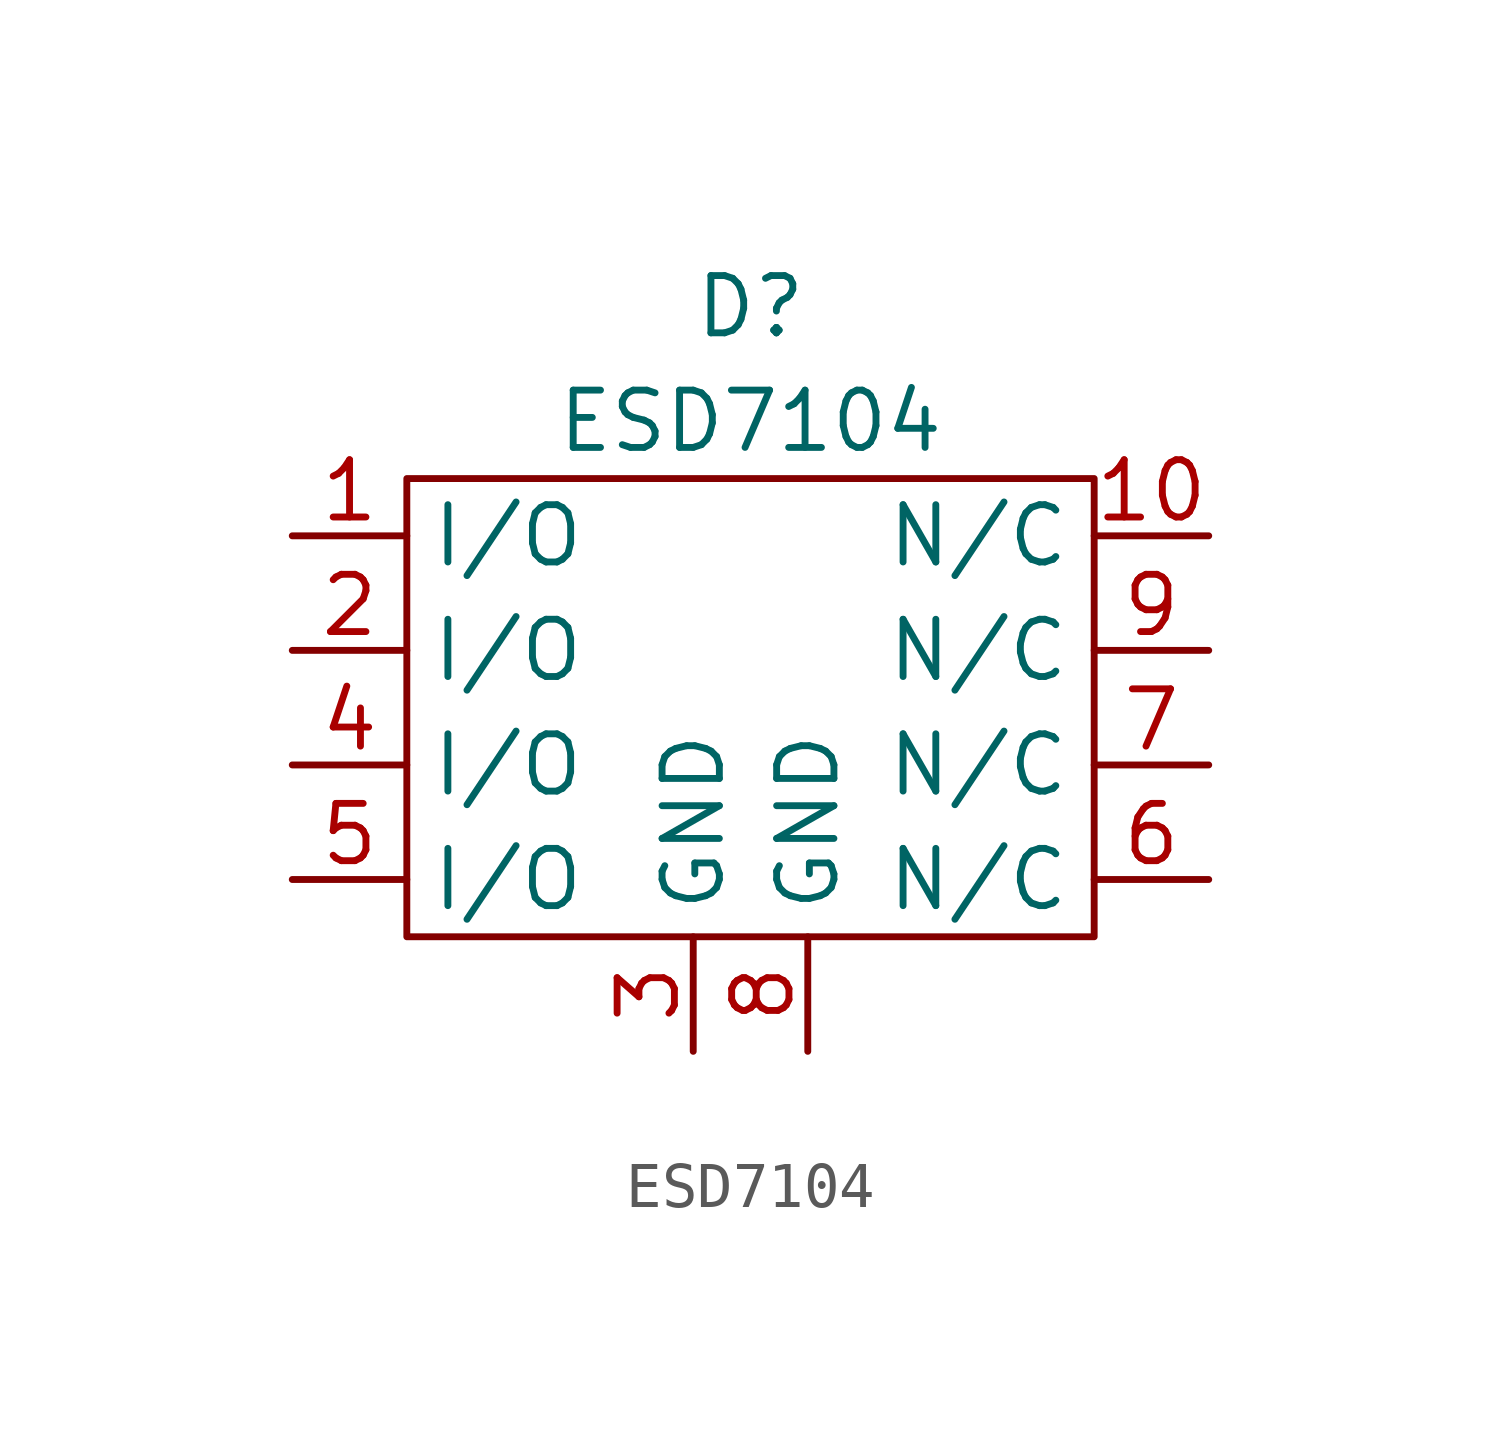
<source format=kicad_sym>
(kicad_symbol_lib
  (version 20220914)
  (generator kicad_symbol_editor)
  (symbol "ESD7104"
    (property "Reference" "D"
      (at 0 8.89 0)
      (effects (font (size 1.27 1.27))))
    (property "Value" "ESD7104"
      (at 0 6.35 0)
      (effects (font (size 1.27 1.27))))
    (symbol "ESD7104_0_1"
      (rectangle (start -7.62 5.08) (end 7.62 -5.08) (stroke (width 0) (type default)) (fill (type none))))
    (symbol "ESD7104_1_1"
      (pin input line (at -10.16 3.81 0) (length 2.54) (name "I/O" (effects (font (size 1.27 1.27)))) (number "1" (effects (font (size 1.27 1.27)))))
      (pin output line (at 10.16 3.81 180) (length 2.54) (name "N/C" (effects (font (size 1.27 1.27)))) (number "10" (effects (font (size 1.27 1.27)))))
      (pin input line (at -10.16 1.27 0) (length 2.54) (name "I/O" (effects (font (size 1.27 1.27)))) (number "2" (effects (font (size 1.27 1.27)))))
      (pin output line (at -1.27 -7.62 90) (length 2.54) (name "GND" (effects (font (size 1.27 1.27)))) (number "3" (effects (font (size 1.27 1.27)))))
      (pin input line (at -10.16 -1.27 0) (length 2.54) (name "I/O" (effects (font (size 1.27 1.27)))) (number "4" (effects (font (size 1.27 1.27)))))
      (pin input line (at -10.16 -3.81 0) (length 2.54) (name "I/O" (effects (font (size 1.27 1.27)))) (number "5" (effects (font (size 1.27 1.27)))))
      (pin output line (at 10.16 -3.81 180) (length 2.54) (name "N/C" (effects (font (size 1.27 1.27)))) (number "6" (effects (font (size 1.27 1.27)))))
      (pin output line (at 10.16 -1.27 180) (length 2.54) (name "N/C" (effects (font (size 1.27 1.27)))) (number "7" (effects (font (size 1.27 1.27)))))
      (pin output line (at 1.27 -7.62 90) (length 2.54) (name "GND" (effects (font (size 1.27 1.27)))) (number "8" (effects (font (size 1.27 1.27)))))
      (pin output line (at 10.16 1.27 180) (length 2.54) (name "N/C" (effects (font (size 1.27 1.27)))) (number "9" (effects (font (size 1.27 1.27))))))))
</source>
